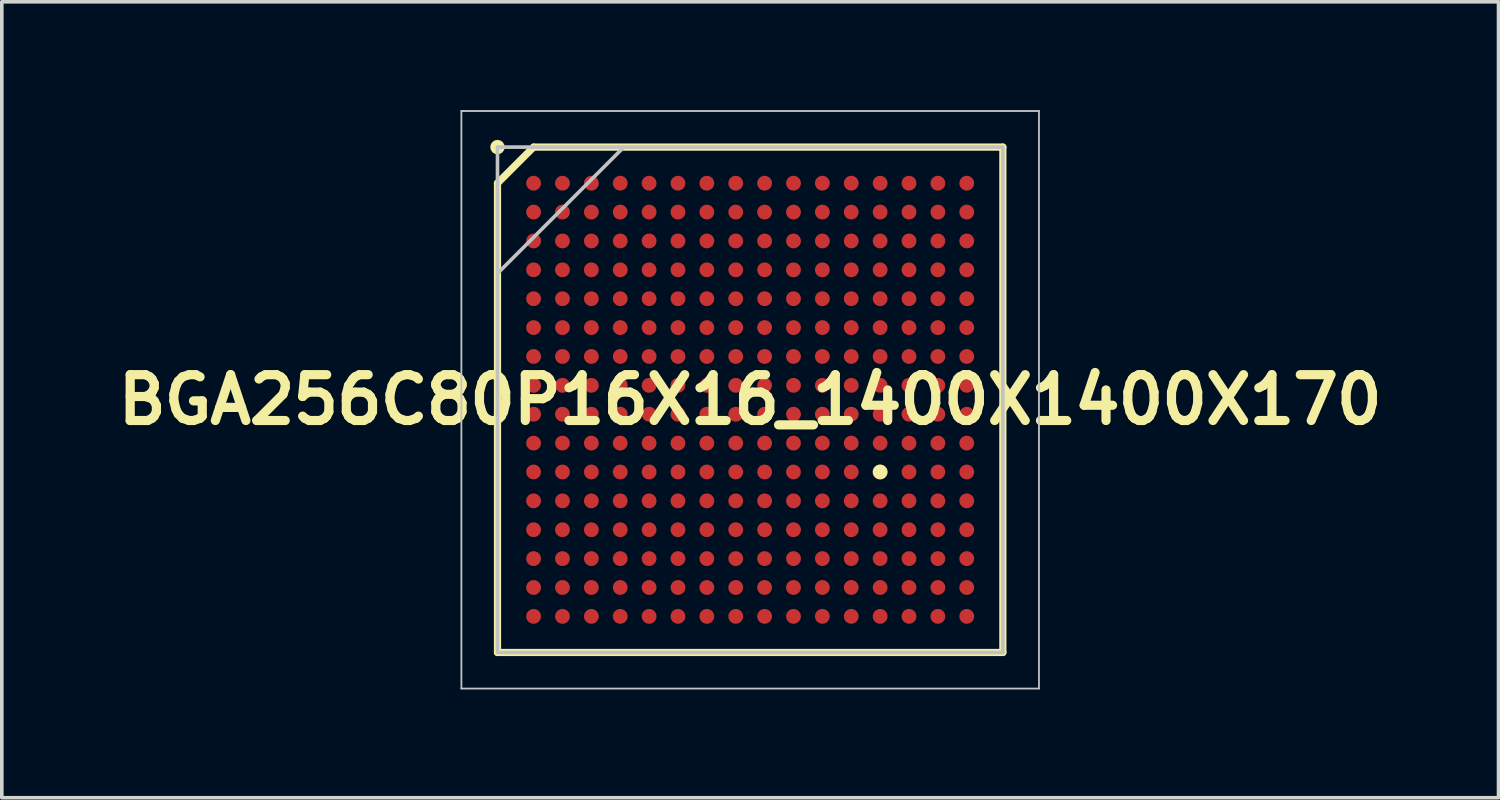
<source format=kicad_pcb>
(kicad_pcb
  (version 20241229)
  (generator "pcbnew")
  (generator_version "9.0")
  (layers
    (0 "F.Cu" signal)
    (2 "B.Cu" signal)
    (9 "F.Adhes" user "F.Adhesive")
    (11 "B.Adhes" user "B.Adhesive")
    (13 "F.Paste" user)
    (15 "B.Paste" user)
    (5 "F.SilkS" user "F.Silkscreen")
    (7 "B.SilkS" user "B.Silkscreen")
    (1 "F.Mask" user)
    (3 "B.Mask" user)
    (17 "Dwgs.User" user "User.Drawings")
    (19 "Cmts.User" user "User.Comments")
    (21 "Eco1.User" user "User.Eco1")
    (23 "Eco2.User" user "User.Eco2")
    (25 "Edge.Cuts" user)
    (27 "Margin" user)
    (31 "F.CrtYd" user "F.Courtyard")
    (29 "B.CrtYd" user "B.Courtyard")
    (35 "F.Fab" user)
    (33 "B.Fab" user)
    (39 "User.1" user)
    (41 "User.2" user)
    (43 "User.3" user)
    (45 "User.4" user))
  (footprint "BGA256C80P16X16_1400X1400X170"
    (layer "F.Cu")
    (at 17.732 8.025)
    (property "Reference" "BGA256C80P16X16_1400X1400X170" (at 0 0 0) (layer "F.SilkS") (effects (font (size 1.27 1.27) (thickness 0.254))))
    (attr smd)
    (fp_line (start -7 -6) (end -6 -7) (stroke (width 0.2) (type solid)) (layer "F.SilkS"))
    (fp_line (start -7 7) (end -7 -6) (stroke (width 0.2) (type solid)) (layer "F.SilkS"))
    (fp_line (start -6 -7) (end 7 -7) (stroke (width 0.2) (type solid)) (layer "F.SilkS"))
    (fp_line (start 7 -7) (end 7 7) (stroke (width 0.2) (type solid)) (layer "F.SilkS"))
    (fp_line (start 7 7) (end -7 7) (stroke (width 0.2) (type solid)) (layer "F.SilkS"))
    (fp_circle (center -7 -7) (end -7 -6.9) (stroke (width 0.2) (type solid)) (fill no) (layer "F.SilkS"))
    (fp_line (start -8 -8) (end 8 -8) (stroke (width 0.05) (type solid)) (layer "Dwgs.User"))
    (fp_line (start -8 8) (end -8 -8) (stroke (width 0.05) (type solid)) (layer "Dwgs.User"))
    (fp_line (start -7 -7) (end 7 -7) (stroke (width 0.1) (type solid)) (layer "Dwgs.User"))
    (fp_line (start -7 -3.5) (end -3.5 -7) (stroke (width 0.1) (type solid)) (layer "Dwgs.User"))
    (fp_line (start -7 7) (end -7 -7) (stroke (width 0.1) (type solid)) (layer "Dwgs.User"))
    (fp_line (start 7 -7) (end 7 7) (stroke (width 0.1) (type solid)) (layer "Dwgs.User"))
    (fp_line (start 7 7) (end -7 7) (stroke (width 0.1) (type solid)) (layer "Dwgs.User"))
    (fp_line (start 8 -8) (end 8 8) (stroke (width 0.05) (type solid)) (layer "Dwgs.User"))
    (fp_line (start 8 8) (end -8 8) (stroke (width 0.05) (type solid)) (layer "Dwgs.User"))
    (pad "A1" smd circle (at -6 -6 90) (size 0.41 0.41) (layers "F.Cu" "F.Mask" "F.Paste"))
    (pad "A2" smd circle (at -5.2 -6 90) (size 0.41 0.41) (layers "F.Cu" "F.Mask" "F.Paste"))
    (pad "A3" smd circle (at -4.4 -6 90) (size 0.41 0.41) (layers "F.Cu" "F.Mask" "F.Paste"))
    (pad "A4" smd circle (at -3.6 -6 90) (size 0.41 0.41) (layers "F.Cu" "F.Mask" "F.Paste"))
    (pad "A5" smd circle (at -2.8 -6 90) (size 0.41 0.41) (layers "F.Cu" "F.Mask" "F.Paste"))
    (pad "A6" smd circle (at -2 -6 90) (size 0.41 0.41) (layers "F.Cu" "F.Mask" "F.Paste"))
    (pad "A7" smd circle (at -1.2 -6 90) (size 0.41 0.41) (layers "F.Cu" "F.Mask" "F.Paste"))
    (pad "A8" smd circle (at -0.4 -6 90) (size 0.41 0.41) (layers "F.Cu" "F.Mask" "F.Paste"))
    (pad "A9" smd circle (at 0.4 -6 90) (size 0.41 0.41) (layers "F.Cu" "F.Mask" "F.Paste"))
    (pad "A10" smd circle (at 1.2 -6 90) (size 0.41 0.41) (layers "F.Cu" "F.Mask" "F.Paste"))
    (pad "A11" smd circle (at 2 -6 90) (size 0.41 0.41) (layers "F.Cu" "F.Mask" "F.Paste"))
    (pad "A12" smd circle (at 2.8 -6 90) (size 0.41 0.41) (layers "F.Cu" "F.Mask" "F.Paste"))
    (pad "A13" smd circle (at 3.6 -6 90) (size 0.41 0.41) (layers "F.Cu" "F.Mask" "F.Paste"))
    (pad "A14" smd circle (at 4.4 -6 90) (size 0.41 0.41) (layers "F.Cu" "F.Mask" "F.Paste"))
    (pad "A15" smd circle (at 5.2 -6 90) (size 0.41 0.41) (layers "F.Cu" "F.Mask" "F.Paste"))
    (pad "A16" smd circle (at 6 -6 90) (size 0.41 0.41) (layers "F.Cu" "F.Mask" "F.Paste"))
    (pad "B1" smd circle (at -6 -5.2 90) (size 0.41 0.41) (layers "F.Cu" "F.Mask" "F.Paste"))
    (pad "B2" smd circle (at -5.2 -5.2 90) (size 0.41 0.41) (layers "F.Cu" "F.Mask" "F.Paste"))
    (pad "B3" smd circle (at -4.4 -5.2 90) (size 0.41 0.41) (layers "F.Cu" "F.Mask" "F.Paste"))
    (pad "B4" smd circle (at -3.6 -5.2 90) (size 0.41 0.41) (layers "F.Cu" "F.Mask" "F.Paste"))
    (pad "B5" smd circle (at -2.8 -5.2 90) (size 0.41 0.41) (layers "F.Cu" "F.Mask" "F.Paste"))
    (pad "B6" smd circle (at -2 -5.2 90) (size 0.41 0.41) (layers "F.Cu" "F.Mask" "F.Paste"))
    (pad "B7" smd circle (at -1.2 -5.2 90) (size 0.41 0.41) (layers "F.Cu" "F.Mask" "F.Paste"))
    (pad "B8" smd circle (at -0.4 -5.2 90) (size 0.41 0.41) (layers "F.Cu" "F.Mask" "F.Paste"))
    (pad "B9" smd circle (at 0.4 -5.2 90) (size 0.41 0.41) (layers "F.Cu" "F.Mask" "F.Paste"))
    (pad "B10" smd circle (at 1.2 -5.2 90) (size 0.41 0.41) (layers "F.Cu" "F.Mask" "F.Paste"))
    (pad "B11" smd circle (at 2 -5.2 90) (size 0.41 0.41) (layers "F.Cu" "F.Mask" "F.Paste"))
    (pad "B12" smd circle (at 2.8 -5.2 90) (size 0.41 0.41) (layers "F.Cu" "F.Mask" "F.Paste"))
    (pad "B13" smd circle (at 3.6 -5.2 90) (size 0.41 0.41) (layers "F.Cu" "F.Mask" "F.Paste"))
    (pad "B14" smd circle (at 4.4 -5.2 90) (size 0.41 0.41) (layers "F.Cu" "F.Mask" "F.Paste"))
    (pad "B15" smd circle (at 5.2 -5.2 90) (size 0.41 0.41) (layers "F.Cu" "F.Mask" "F.Paste"))
    (pad "B16" smd circle (at 6 -5.2 90) (size 0.41 0.41) (layers "F.Cu" "F.Mask" "F.Paste"))
    (pad "C1" smd circle (at -6 -4.4 90) (size 0.41 0.41) (layers "F.Cu" "F.Mask" "F.Paste"))
    (pad "C2" smd circle (at -5.2 -4.4 90) (size 0.41 0.41) (layers "F.Cu" "F.Mask" "F.Paste"))
    (pad "C3" smd circle (at -4.4 -4.4 90) (size 0.41 0.41) (layers "F.Cu" "F.Mask" "F.Paste"))
    (pad "C4" smd circle (at -3.6 -4.4 90) (size 0.41 0.41) (layers "F.Cu" "F.Mask" "F.Paste"))
    (pad "C5" smd circle (at -2.8 -4.4 90) (size 0.41 0.41) (layers "F.Cu" "F.Mask" "F.Paste"))
    (pad "C6" smd circle (at -2 -4.4 90) (size 0.41 0.41) (layers "F.Cu" "F.Mask" "F.Paste"))
    (pad "C7" smd circle (at -1.2 -4.4 90) (size 0.41 0.41) (layers "F.Cu" "F.Mask" "F.Paste"))
    (pad "C8" smd circle (at -0.4 -4.4 90) (size 0.41 0.41) (layers "F.Cu" "F.Mask" "F.Paste"))
    (pad "C9" smd circle (at 0.4 -4.4 90) (size 0.41 0.41) (layers "F.Cu" "F.Mask" "F.Paste"))
    (pad "C10" smd circle (at 1.2 -4.4 90) (size 0.41 0.41) (layers "F.Cu" "F.Mask" "F.Paste"))
    (pad "C11" smd circle (at 2 -4.4 90) (size 0.41 0.41) (layers "F.Cu" "F.Mask" "F.Paste"))
    (pad "C12" smd circle (at 2.8 -4.4 90) (size 0.41 0.41) (layers "F.Cu" "F.Mask" "F.Paste"))
    (pad "C13" smd circle (at 3.6 -4.4 90) (size 0.41 0.41) (layers "F.Cu" "F.Mask" "F.Paste"))
    (pad "C14" smd circle (at 4.4 -4.4 90) (size 0.41 0.41) (layers "F.Cu" "F.Mask" "F.Paste"))
    (pad "C15" smd circle (at 5.2 -4.4 90) (size 0.41 0.41) (layers "F.Cu" "F.Mask" "F.Paste"))
    (pad "C16" smd circle (at 6 -4.4 90) (size 0.41 0.41) (layers "F.Cu" "F.Mask" "F.Paste"))
    (pad "D1" smd circle (at -6 -3.6 90) (size 0.41 0.41) (layers "F.Cu" "F.Mask" "F.Paste"))
    (pad "D2" smd circle (at -5.2 -3.6 90) (size 0.41 0.41) (layers "F.Cu" "F.Mask" "F.Paste"))
    (pad "D3" smd circle (at -4.4 -3.6 90) (size 0.41 0.41) (layers "F.Cu" "F.Mask" "F.Paste"))
    (pad "D4" smd circle (at -3.6 -3.6 90) (size 0.41 0.41) (layers "F.Cu" "F.Mask" "F.Paste"))
    (pad "D5" smd circle (at -2.8 -3.6 90) (size 0.41 0.41) (layers "F.Cu" "F.Mask" "F.Paste"))
    (pad "D6" smd circle (at -2 -3.6 90) (size 0.41 0.41) (layers "F.Cu" "F.Mask" "F.Paste"))
    (pad "D7" smd circle (at -1.2 -3.6 90) (size 0.41 0.41) (layers "F.Cu" "F.Mask" "F.Paste"))
    (pad "D8" smd circle (at -0.4 -3.6 90) (size 0.41 0.41) (layers "F.Cu" "F.Mask" "F.Paste"))
    (pad "D9" smd circle (at 0.4 -3.6 90) (size 0.41 0.41) (layers "F.Cu" "F.Mask" "F.Paste"))
    (pad "D10" smd circle (at 1.2 -3.6 90) (size 0.41 0.41) (layers "F.Cu" "F.Mask" "F.Paste"))
    (pad "D11" smd circle (at 2 -3.6 90) (size 0.41 0.41) (layers "F.Cu" "F.Mask" "F.Paste"))
    (pad "D12" smd circle (at 2.8 -3.6 90) (size 0.41 0.41) (layers "F.Cu" "F.Mask" "F.Paste"))
    (pad "D13" smd circle (at 3.6 -3.6 90) (size 0.41 0.41) (layers "F.Cu" "F.Mask" "F.Paste"))
    (pad "D14" smd circle (at 4.4 -3.6 90) (size 0.41 0.41) (layers "F.Cu" "F.Mask" "F.Paste"))
    (pad "D15" smd circle (at 5.2 -3.6 90) (size 0.41 0.41) (layers "F.Cu" "F.Mask" "F.Paste"))
    (pad "D16" smd circle (at 6 -3.6 90) (size 0.41 0.41) (layers "F.Cu" "F.Mask" "F.Paste"))
    (pad "E1" smd circle (at -6 -2.8 90) (size 0.41 0.41) (layers "F.Cu" "F.Mask" "F.Paste"))
    (pad "E2" smd circle (at -5.2 -2.8 90) (size 0.41 0.41) (layers "F.Cu" "F.Mask" "F.Paste"))
    (pad "E3" smd circle (at -4.4 -2.8 90) (size 0.41 0.41) (layers "F.Cu" "F.Mask" "F.Paste"))
    (pad "E4" smd circle (at -3.6 -2.8 90) (size 0.41 0.41) (layers "F.Cu" "F.Mask" "F.Paste"))
    (pad "E5" smd circle (at -2.8 -2.8 90) (size 0.41 0.41) (layers "F.Cu" "F.Mask" "F.Paste"))
    (pad "E6" smd circle (at -2 -2.8 90) (size 0.41 0.41) (layers "F.Cu" "F.Mask" "F.Paste"))
    (pad "E7" smd circle (at -1.2 -2.8 90) (size 0.41 0.41) (layers "F.Cu" "F.Mask" "F.Paste"))
    (pad "E8" smd circle (at -0.4 -2.8 90) (size 0.41 0.41) (layers "F.Cu" "F.Mask" "F.Paste"))
    (pad "E9" smd circle (at 0.4 -2.8 90) (size 0.41 0.41) (layers "F.Cu" "F.Mask" "F.Paste"))
    (pad "E10" smd circle (at 1.2 -2.8 90) (size 0.41 0.41) (layers "F.Cu" "F.Mask" "F.Paste"))
    (pad "E11" smd circle (at 2 -2.8 90) (size 0.41 0.41) (layers "F.Cu" "F.Mask" "F.Paste"))
    (pad "E12" smd circle (at 2.8 -2.8 90) (size 0.41 0.41) (layers "F.Cu" "F.Mask" "F.Paste"))
    (pad "E13" smd circle (at 3.6 -2.8 90) (size 0.41 0.41) (layers "F.Cu" "F.Mask" "F.Paste"))
    (pad "E14" smd circle (at 4.4 -2.8 90) (size 0.41 0.41) (layers "F.Cu" "F.Mask" "F.Paste"))
    (pad "E15" smd circle (at 5.2 -2.8 90) (size 0.41 0.41) (layers "F.Cu" "F.Mask" "F.Paste"))
    (pad "E16" smd circle (at 6 -2.8 90) (size 0.41 0.41) (layers "F.Cu" "F.Mask" "F.Paste"))
    (pad "F1" smd circle (at -6 -2 90) (size 0.41 0.41) (layers "F.Cu" "F.Mask" "F.Paste"))
    (pad "F2" smd circle (at -5.2 -2 90) (size 0.41 0.41) (layers "F.Cu" "F.Mask" "F.Paste"))
    (pad "F3" smd circle (at -4.4 -2 90) (size 0.41 0.41) (layers "F.Cu" "F.Mask" "F.Paste"))
    (pad "F4" smd circle (at -3.6 -2 90) (size 0.41 0.41) (layers "F.Cu" "F.Mask" "F.Paste"))
    (pad "F5" smd circle (at -2.8 -2 90) (size 0.41 0.41) (layers "F.Cu" "F.Mask" "F.Paste"))
    (pad "F6" smd circle (at -2 -2 90) (size 0.41 0.41) (layers "F.Cu" "F.Mask" "F.Paste"))
    (pad "F7" smd circle (at -1.2 -2 90) (size 0.41 0.41) (layers "F.Cu" "F.Mask" "F.Paste"))
    (pad "F8" smd circle (at -0.4 -2 90) (size 0.41 0.41) (layers "F.Cu" "F.Mask" "F.Paste"))
    (pad "F9" smd circle (at 0.4 -2 90) (size 0.41 0.41) (layers "F.Cu" "F.Mask" "F.Paste"))
    (pad "F10" smd circle (at 1.2 -2 90) (size 0.41 0.41) (layers "F.Cu" "F.Mask" "F.Paste"))
    (pad "F11" smd circle (at 2 -2 90) (size 0.41 0.41) (layers "F.Cu" "F.Mask" "F.Paste"))
    (pad "F12" smd circle (at 2.8 -2 90) (size 0.41 0.41) (layers "F.Cu" "F.Mask" "F.Paste"))
    (pad "F13" smd circle (at 3.6 -2 90) (size 0.41 0.41) (layers "F.Cu" "F.Mask" "F.Paste"))
    (pad "F14" smd circle (at 4.4 -2 90) (size 0.41 0.41) (layers "F.Cu" "F.Mask" "F.Paste"))
    (pad "F15" smd circle (at 5.2 -2 90) (size 0.41 0.41) (layers "F.Cu" "F.Mask" "F.Paste"))
    (pad "F16" smd circle (at 6 -2 90) (size 0.41 0.41) (layers "F.Cu" "F.Mask" "F.Paste"))
    (pad "G1" smd circle (at -6 -1.2 90) (size 0.41 0.41) (layers "F.Cu" "F.Mask" "F.Paste"))
    (pad "G2" smd circle (at -5.2 -1.2 90) (size 0.41 0.41) (layers "F.Cu" "F.Mask" "F.Paste"))
    (pad "G3" smd circle (at -4.4 -1.2 90) (size 0.41 0.41) (layers "F.Cu" "F.Mask" "F.Paste"))
    (pad "G4" smd circle (at -3.6 -1.2 90) (size 0.41 0.41) (layers "F.Cu" "F.Mask" "F.Paste"))
    (pad "G5" smd circle (at -2.8 -1.2 90) (size 0.41 0.41) (layers "F.Cu" "F.Mask" "F.Paste"))
    (pad "G6" smd circle (at -2 -1.2 90) (size 0.41 0.41) (layers "F.Cu" "F.Mask" "F.Paste"))
    (pad "G7" smd circle (at -1.2 -1.2 90) (size 0.41 0.41) (layers "F.Cu" "F.Mask" "F.Paste"))
    (pad "G8" smd circle (at -0.4 -1.2 90) (size 0.41 0.41) (layers "F.Cu" "F.Mask" "F.Paste"))
    (pad "G9" smd circle (at 0.4 -1.2 90) (size 0.41 0.41) (layers "F.Cu" "F.Mask" "F.Paste"))
    (pad "G10" smd circle (at 1.2 -1.2 90) (size 0.41 0.41) (layers "F.Cu" "F.Mask" "F.Paste"))
    (pad "G11" smd circle (at 2 -1.2 90) (size 0.41 0.41) (layers "F.Cu" "F.Mask" "F.Paste"))
    (pad "G12" smd circle (at 2.8 -1.2 90) (size 0.41 0.41) (layers "F.Cu" "F.Mask" "F.Paste"))
    (pad "G13" smd circle (at 3.6 -1.2 90) (size 0.41 0.41) (layers "F.Cu" "F.Mask" "F.Paste"))
    (pad "G14" smd circle (at 4.4 -1.2 90) (size 0.41 0.41) (layers "F.Cu" "F.Mask" "F.Paste"))
    (pad "G15" smd circle (at 5.2 -1.2 90) (size 0.41 0.41) (layers "F.Cu" "F.Mask" "F.Paste"))
    (pad "G16" smd circle (at 6 -1.2 90) (size 0.41 0.41) (layers "F.Cu" "F.Mask" "F.Paste"))
    (pad "H1" smd circle (at -6 -0.4 90) (size 0.41 0.41) (layers "F.Cu" "F.Mask" "F.Paste"))
    (pad "H2" smd circle (at -5.2 -0.4 90) (size 0.41 0.41) (layers "F.Cu" "F.Mask" "F.Paste"))
    (pad "H3" smd circle (at -4.4 -0.4 90) (size 0.41 0.41) (layers "F.Cu" "F.Mask" "F.Paste"))
    (pad "H4" smd circle (at -3.6 -0.4 90) (size 0.41 0.41) (layers "F.Cu" "F.Mask" "F.Paste"))
    (pad "H5" smd circle (at -2.8 -0.4 90) (size 0.41 0.41) (layers "F.Cu" "F.Mask" "F.Paste"))
    (pad "H6" smd circle (at -2 -0.4 90) (size 0.41 0.41) (layers "F.Cu" "F.Mask" "F.Paste"))
    (pad "H7" smd circle (at -1.2 -0.4 90) (size 0.41 0.41) (layers "F.Cu" "F.Mask" "F.Paste"))
    (pad "H8" smd circle (at -0.4 -0.4 90) (size 0.41 0.41) (layers "F.Cu" "F.Mask" "F.Paste"))
    (pad "H9" smd circle (at 0.4 -0.4 90) (size 0.41 0.41) (layers "F.Cu" "F.Mask" "F.Paste"))
    (pad "H10" smd circle (at 1.2 -0.4 90) (size 0.41 0.41) (layers "F.Cu" "F.Mask" "F.Paste"))
    (pad "H11" smd circle (at 2 -0.4 90) (size 0.41 0.41) (layers "F.Cu" "F.Mask" "F.Paste"))
    (pad "H12" smd circle (at 2.8 -0.4 90) (size 0.41 0.41) (layers "F.Cu" "F.Mask" "F.Paste"))
    (pad "H13" smd circle (at 3.6 -0.4 90) (size 0.41 0.41) (layers "F.Cu" "F.Mask" "F.Paste"))
    (pad "H14" smd circle (at 4.4 -0.4 90) (size 0.41 0.41) (layers "F.Cu" "F.Mask" "F.Paste"))
    (pad "H15" smd circle (at 5.2 -0.4 90) (size 0.41 0.41) (layers "F.Cu" "F.Mask" "F.Paste"))
    (pad "H16" smd circle (at 6 -0.4 90) (size 0.41 0.41) (layers "F.Cu" "F.Mask" "F.Paste"))
    (pad "J1" smd circle (at -6 0.4 90) (size 0.41 0.41) (layers "F.Cu" "F.Mask" "F.Paste"))
    (pad "J2" smd circle (at -5.2 0.4 90) (size 0.41 0.41) (layers "F.Cu" "F.Mask" "F.Paste"))
    (pad "J3" smd circle (at -4.4 0.4 90) (size 0.41 0.41) (layers "F.Cu" "F.Mask" "F.Paste"))
    (pad "J4" smd circle (at -3.6 0.4 90) (size 0.41 0.41) (layers "F.Cu" "F.Mask" "F.Paste"))
    (pad "J5" smd circle (at -2.8 0.4 90) (size 0.41 0.41) (layers "F.Cu" "F.Mask" "F.Paste"))
    (pad "J6" smd circle (at -2 0.4 90) (size 0.41 0.41) (layers "F.Cu" "F.Mask" "F.Paste"))
    (pad "J7" smd circle (at -1.2 0.4 90) (size 0.41 0.41) (layers "F.Cu" "F.Mask" "F.Paste"))
    (pad "J8" smd circle (at -0.4 0.4 90) (size 0.41 0.41) (layers "F.Cu" "F.Mask" "F.Paste"))
    (pad "J9" smd circle (at 0.4 0.4 90) (size 0.41 0.41) (layers "F.Cu" "F.Mask" "F.Paste"))
    (pad "J10" smd circle (at 1.2 0.4 90) (size 0.41 0.41) (layers "F.Cu" "F.Mask" "F.Paste"))
    (pad "J11" smd circle (at 2 0.4 90) (size 0.41 0.41) (layers "F.Cu" "F.Mask" "F.Paste"))
    (pad "J12" smd circle (at 2.8 0.4 90) (size 0.41 0.41) (layers "F.Cu" "F.Mask" "F.Paste"))
    (pad "J13" smd circle (at 3.6 0.4 90) (size 0.41 0.41) (layers "F.Cu" "F.Mask" "F.Paste"))
    (pad "J14" smd circle (at 4.4 0.4 90) (size 0.41 0.41) (layers "F.Cu" "F.Mask" "F.Paste"))
    (pad "J15" smd circle (at 5.2 0.4 90) (size 0.41 0.41) (layers "F.Cu" "F.Mask" "F.Paste"))
    (pad "J16" smd circle (at 6 0.4 90) (size 0.41 0.41) (layers "F.Cu" "F.Mask" "F.Paste"))
    (pad "K1" smd circle (at -6 1.2 90) (size 0.41 0.41) (layers "F.Cu" "F.Mask" "F.Paste"))
    (pad "K2" smd circle (at -5.2 1.2 90) (size 0.41 0.41) (layers "F.Cu" "F.Mask" "F.Paste"))
    (pad "K3" smd circle (at -4.4 1.2 90) (size 0.41 0.41) (layers "F.Cu" "F.Mask" "F.Paste"))
    (pad "K4" smd circle (at -3.6 1.2 90) (size 0.41 0.41) (layers "F.Cu" "F.Mask" "F.Paste"))
    (pad "K5" smd circle (at -2.8 1.2 90) (size 0.41 0.41) (layers "F.Cu" "F.Mask" "F.Paste"))
    (pad "K6" smd circle (at -2 1.2 90) (size 0.41 0.41) (layers "F.Cu" "F.Mask" "F.Paste"))
    (pad "K7" smd circle (at -1.2 1.2 90) (size 0.41 0.41) (layers "F.Cu" "F.Mask" "F.Paste"))
    (pad "K8" smd circle (at -0.4 1.2 90) (size 0.41 0.41) (layers "F.Cu" "F.Mask" "F.Paste"))
    (pad "K9" smd circle (at 0.4 1.2 90) (size 0.41 0.41) (layers "F.Cu" "F.Mask" "F.Paste"))
    (pad "K10" smd circle (at 1.2 1.2 90) (size 0.41 0.41) (layers "F.Cu" "F.Mask" "F.Paste"))
    (pad "K11" smd circle (at 2 1.2 90) (size 0.41 0.41) (layers "F.Cu" "F.Mask" "F.Paste"))
    (pad "K12" smd circle (at 2.8 1.2 90) (size 0.41 0.41) (layers "F.Cu" "F.Mask" "F.Paste"))
    (pad "K13" smd circle (at 3.6 1.2 90) (size 0.41 0.41) (layers "F.Cu" "F.Mask" "F.Paste"))
    (pad "K14" smd circle (at 4.4 1.2 90) (size 0.41 0.41) (layers "F.Cu" "F.Mask" "F.Paste"))
    (pad "K15" smd circle (at 5.2 1.2 90) (size 0.41 0.41) (layers "F.Cu" "F.Mask" "F.Paste"))
    (pad "K16" smd circle (at 6 1.2 90) (size 0.41 0.41) (layers "F.Cu" "F.Mask" "F.Paste"))
    (pad "L1" smd circle (at -6 2 90) (size 0.41 0.41) (layers "F.Cu" "F.Mask" "F.Paste"))
    (pad "L2" smd circle (at -5.2 2 90) (size 0.41 0.41) (layers "F.Cu" "F.Mask" "F.Paste"))
    (pad "L3" smd circle (at -4.4 2 90) (size 0.41 0.41) (layers "F.Cu" "F.Mask" "F.Paste"))
    (pad "L4" smd circle (at -3.6 2 90) (size 0.41 0.41) (layers "F.Cu" "F.Mask" "F.Paste"))
    (pad "L5" smd circle (at -2.8 2 90) (size 0.41 0.41) (layers "F.Cu" "F.Mask" "F.Paste"))
    (pad "L6" smd circle (at -2 2 90) (size 0.41 0.41) (layers "F.Cu" "F.Mask" "F.Paste"))
    (pad "L7" smd circle (at -1.2 2 90) (size 0.41 0.41) (layers "F.Cu" "F.Mask" "F.Paste"))
    (pad "L8" smd circle (at -0.4 2 90) (size 0.41 0.41) (layers "F.Cu" "F.Mask" "F.Paste"))
    (pad "L9" smd circle (at 0.4 2 90) (size 0.41 0.41) (layers "F.Cu" "F.Mask" "F.Paste"))
    (pad "L10" smd circle (at 1.2 2 90) (size 0.41 0.41) (layers "F.Cu" "F.Mask" "F.Paste"))
    (pad "L11" smd circle (at 2 2 90) (size 0.41 0.41) (layers "F.Cu" "F.Mask" "F.Paste"))
    (pad "L12" smd circle (at 2.8 2 90) (size 0.41 0.41) (layers "F.Cu" "F.Mask" "F.Paste"))
    (pad "L13" smd circle (at 3.6 2 90) (size 0.41 0.41) (layers "F.Cu" "F.Mask" "F.SilkS" "F.Paste"))
    (pad "L14" smd circle (at 4.4 2 90) (size 0.41 0.41) (layers "F.Cu" "F.Mask" "F.Paste"))
    (pad "L15" smd circle (at 5.2 2 90) (size 0.41 0.41) (layers "F.Cu" "F.Mask" "F.Paste"))
    (pad "L16" smd circle (at 6 2 90) (size 0.41 0.41) (layers "F.Cu" "F.Mask" "F.Paste"))
    (pad "M1" smd circle (at -6 2.8 90) (size 0.41 0.41) (layers "F.Cu" "F.Mask" "F.Paste"))
    (pad "M2" smd circle (at -5.2 2.8 90) (size 0.41 0.41) (layers "F.Cu" "F.Mask" "F.Paste"))
    (pad "M3" smd circle (at -4.4 2.8 90) (size 0.41 0.41) (layers "F.Cu" "F.Mask" "F.Paste"))
    (pad "M4" smd circle (at -3.6 2.8 90) (size 0.41 0.41) (layers "F.Cu" "F.Mask" "F.Paste"))
    (pad "M5" smd circle (at -2.8 2.8 90) (size 0.41 0.41) (layers "F.Cu" "F.Mask" "F.Paste"))
    (pad "M6" smd circle (at -2 2.8 90) (size 0.41 0.41) (layers "F.Cu" "F.Mask" "F.Paste"))
    (pad "M7" smd circle (at -1.2 2.8 90) (size 0.41 0.41) (layers "F.Cu" "F.Mask" "F.Paste"))
    (pad "M8" smd circle (at -0.4 2.8 90) (size 0.41 0.41) (layers "F.Cu" "F.Mask" "F.Paste"))
    (pad "M9" smd circle (at 0.4 2.8 90) (size 0.41 0.41) (layers "F.Cu" "F.Mask" "F.Paste"))
    (pad "M10" smd circle (at 1.2 2.8 90) (size 0.41 0.41) (layers "F.Cu" "F.Mask" "F.Paste"))
    (pad "M11" smd circle (at 2 2.8 90) (size 0.41 0.41) (layers "F.Cu" "F.Mask" "F.Paste"))
    (pad "M12" smd circle (at 2.8 2.8 90) (size 0.41 0.41) (layers "F.Cu" "F.Mask" "F.Paste"))
    (pad "M13" smd circle (at 3.6 2.8 90) (size 0.41 0.41) (layers "F.Cu" "F.Mask" "F.Paste"))
    (pad "M14" smd circle (at 4.4 2.8 90) (size 0.41 0.41) (layers "F.Cu" "F.Mask" "F.Paste"))
    (pad "M15" smd circle (at 5.2 2.8 90) (size 0.41 0.41) (layers "F.Cu" "F.Mask" "F.Paste"))
    (pad "M16" smd circle (at 6 2.8 90) (size 0.41 0.41) (layers "F.Cu" "F.Mask" "F.Paste"))
    (pad "N1" smd circle (at -6 3.6 90) (size 0.41 0.41) (layers "F.Cu" "F.Mask" "F.Paste"))
    (pad "N2" smd circle (at -5.2 3.6 90) (size 0.41 0.41) (layers "F.Cu" "F.Mask" "F.Paste"))
    (pad "N3" smd circle (at -4.4 3.6 90) (size 0.41 0.41) (layers "F.Cu" "F.Mask" "F.Paste"))
    (pad "N4" smd circle (at -3.6 3.6 90) (size 0.41 0.41) (layers "F.Cu" "F.Mask" "F.Paste"))
    (pad "N5" smd circle (at -2.8 3.6 90) (size 0.41 0.41) (layers "F.Cu" "F.Mask" "F.Paste"))
    (pad "N6" smd circle (at -2 3.6 90) (size 0.41 0.41) (layers "F.Cu" "F.Mask" "F.Paste"))
    (pad "N7" smd circle (at -1.2 3.6 90) (size 0.41 0.41) (layers "F.Cu" "F.Mask" "F.Paste"))
    (pad "N8" smd circle (at -0.4 3.6 90) (size 0.41 0.41) (layers "F.Cu" "F.Mask" "F.Paste"))
    (pad "N9" smd circle (at 0.4 3.6 90) (size 0.41 0.41) (layers "F.Cu" "F.Mask" "F.Paste"))
    (pad "N10" smd circle (at 1.2 3.6 90) (size 0.41 0.41) (layers "F.Cu" "F.Mask" "F.Paste"))
    (pad "N11" smd circle (at 2 3.6 90) (size 0.41 0.41) (layers "F.Cu" "F.Mask" "F.Paste"))
    (pad "N12" smd circle (at 2.8 3.6 90) (size 0.41 0.41) (layers "F.Cu" "F.Mask" "F.Paste"))
    (pad "N13" smd circle (at 3.6 3.6 90) (size 0.41 0.41) (layers "F.Cu" "F.Mask" "F.Paste"))
    (pad "N14" smd circle (at 4.4 3.6 90) (size 0.41 0.41) (layers "F.Cu" "F.Mask" "F.Paste"))
    (pad "N15" smd circle (at 5.2 3.6 90) (size 0.41 0.41) (layers "F.Cu" "F.Mask" "F.Paste"))
    (pad "N16" smd circle (at 6 3.6 90) (size 0.41 0.41) (layers "F.Cu" "F.Mask" "F.Paste"))
    (pad "P1" smd circle (at -6 4.4 90) (size 0.41 0.41) (layers "F.Cu" "F.Mask" "F.Paste"))
    (pad "P2" smd circle (at -5.2 4.4 90) (size 0.41 0.41) (layers "F.Cu" "F.Mask" "F.Paste"))
    (pad "P3" smd circle (at -4.4 4.4 90) (size 0.41 0.41) (layers "F.Cu" "F.Mask" "F.Paste"))
    (pad "P4" smd circle (at -3.6 4.4 90) (size 0.41 0.41) (layers "F.Cu" "F.Mask" "F.Paste"))
    (pad "P5" smd circle (at -2.8 4.4 90) (size 0.41 0.41) (layers "F.Cu" "F.Mask" "F.Paste"))
    (pad "P6" smd circle (at -2 4.4 90) (size 0.41 0.41) (layers "F.Cu" "F.Mask" "F.Paste"))
    (pad "P7" smd circle (at -1.2 4.4 90) (size 0.41 0.41) (layers "F.Cu" "F.Mask" "F.Paste"))
    (pad "P8" smd circle (at -0.4 4.4 90) (size 0.41 0.41) (layers "F.Cu" "F.Mask" "F.Paste"))
    (pad "P9" smd circle (at 0.4 4.4 90) (size 0.41 0.41) (layers "F.Cu" "F.Mask" "F.Paste"))
    (pad "P10" smd circle (at 1.2 4.4 90) (size 0.41 0.41) (layers "F.Cu" "F.Mask" "F.Paste"))
    (pad "P11" smd circle (at 2 4.4 90) (size 0.41 0.41) (layers "F.Cu" "F.Mask" "F.Paste"))
    (pad "P12" smd circle (at 2.8 4.4 90) (size 0.41 0.41) (layers "F.Cu" "F.Mask" "F.Paste"))
    (pad "P13" smd circle (at 3.6 4.4 90) (size 0.41 0.41) (layers "F.Cu" "F.Mask" "F.Paste"))
    (pad "P14" smd circle (at 4.4 4.4 90) (size 0.41 0.41) (layers "F.Cu" "F.Mask" "F.Paste"))
    (pad "P15" smd circle (at 5.2 4.4 90) (size 0.41 0.41) (layers "F.Cu" "F.Mask" "F.Paste"))
    (pad "P16" smd circle (at 6 4.4 90) (size 0.41 0.41) (layers "F.Cu" "F.Mask" "F.Paste"))
    (pad "R1" smd circle (at -6 5.2 90) (size 0.41 0.41) (layers "F.Cu" "F.Mask" "F.Paste"))
    (pad "R2" smd circle (at -5.2 5.2 90) (size 0.41 0.41) (layers "F.Cu" "F.Mask" "F.Paste"))
    (pad "R3" smd circle (at -4.4 5.2 90) (size 0.41 0.41) (layers "F.Cu" "F.Mask" "F.Paste"))
    (pad "R4" smd circle (at -3.6 5.2 90) (size 0.41 0.41) (layers "F.Cu" "F.Mask" "F.Paste"))
    (pad "R5" smd circle (at -2.8 5.2 90) (size 0.41 0.41) (layers "F.Cu" "F.Mask" "F.Paste"))
    (pad "R6" smd circle (at -2 5.2 90) (size 0.41 0.41) (layers "F.Cu" "F.Mask" "F.Paste"))
    (pad "R7" smd circle (at -1.2 5.2 90) (size 0.41 0.41) (layers "F.Cu" "F.Mask" "F.Paste"))
    (pad "R8" smd circle (at -0.4 5.2 90) (size 0.41 0.41) (layers "F.Cu" "F.Mask" "F.Paste"))
    (pad "R9" smd circle (at 0.4 5.2 90) (size 0.41 0.41) (layers "F.Cu" "F.Mask" "F.Paste"))
    (pad "R10" smd circle (at 1.2 5.2 90) (size 0.41 0.41) (layers "F.Cu" "F.Mask" "F.Paste"))
    (pad "R11" smd circle (at 2 5.2 90) (size 0.41 0.41) (layers "F.Cu" "F.Mask" "F.Paste"))
    (pad "R12" smd circle (at 2.8 5.2 90) (size 0.41 0.41) (layers "F.Cu" "F.Mask" "F.Paste"))
    (pad "R13" smd circle (at 3.6 5.2 90) (size 0.41 0.41) (layers "F.Cu" "F.Mask" "F.Paste"))
    (pad "R14" smd circle (at 4.4 5.2 90) (size 0.41 0.41) (layers "F.Cu" "F.Mask" "F.Paste"))
    (pad "R15" smd circle (at 5.2 5.2 90) (size 0.41 0.41) (layers "F.Cu" "F.Mask" "F.Paste"))
    (pad "R16" smd circle (at 6 5.2 90) (size 0.41 0.41) (layers "F.Cu" "F.Mask" "F.Paste"))
    (pad "T1" smd circle (at -6 6 90) (size 0.41 0.41) (layers "F.Cu" "F.Mask" "F.Paste"))
    (pad "T2" smd circle (at -5.2 6 90) (size 0.41 0.41) (layers "F.Cu" "F.Mask" "F.Paste"))
    (pad "T3" smd circle (at -4.4 6 90) (size 0.41 0.41) (layers "F.Cu" "F.Mask" "F.Paste"))
    (pad "T4" smd circle (at -3.6 6 90) (size 0.41 0.41) (layers "F.Cu" "F.Mask" "F.Paste"))
    (pad "T5" smd circle (at -2.8 6 90) (size 0.41 0.41) (layers "F.Cu" "F.Mask" "F.Paste"))
    (pad "T6" smd circle (at -2 6 90) (size 0.41 0.41) (layers "F.Cu" "F.Mask" "F.Paste"))
    (pad "T7" smd circle (at -1.2 6 90) (size 0.41 0.41) (layers "F.Cu" "F.Mask" "F.Paste"))
    (pad "T8" smd circle (at -0.4 6 90) (size 0.41 0.41) (layers "F.Cu" "F.Mask" "F.Paste"))
    (pad "T9" smd circle (at 0.4 6 90) (size 0.41 0.41) (layers "F.Cu" "F.Mask" "F.Paste"))
    (pad "T10" smd circle (at 1.2 6 90) (size 0.41 0.41) (layers "F.Cu" "F.Mask" "F.Paste"))
    (pad "T11" smd circle (at 2 6 90) (size 0.41 0.41) (layers "F.Cu" "F.Mask" "F.Paste"))
    (pad "T12" smd circle (at 2.8 6 90) (size 0.41 0.41) (layers "F.Cu" "F.Mask" "F.Paste"))
    (pad "T13" smd circle (at 3.6 6 90) (size 0.41 0.41) (layers "F.Cu" "F.Mask" "F.Paste"))
    (pad "T14" smd circle (at 4.4 6 90) (size 0.41 0.41) (layers "F.Cu" "F.Mask" "F.Paste"))
    (pad "T15" smd circle (at 5.2 6 90) (size 0.41 0.41) (layers "F.Cu" "F.Mask" "F.Paste"))
    (pad "T16" smd circle (at 6 6 90) (size 0.41 0.41) (layers "F.Cu" "F.Mask" "F.Paste")))
  (gr_rect
    (start -3 -3)
    (end 38.463 19.05)
    (stroke (width 0.1) (type default))
    (fill no)
    (layer "Edge.Cuts")))
</source>
